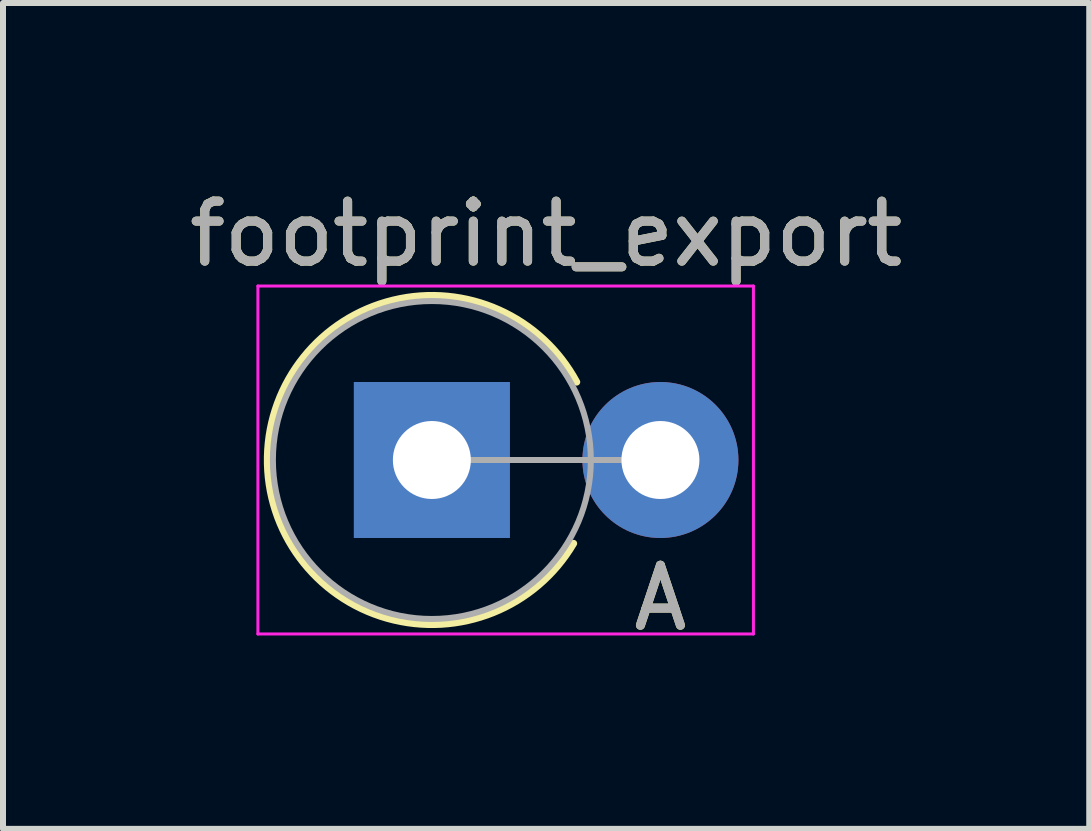
<source format=kicad_pcb>
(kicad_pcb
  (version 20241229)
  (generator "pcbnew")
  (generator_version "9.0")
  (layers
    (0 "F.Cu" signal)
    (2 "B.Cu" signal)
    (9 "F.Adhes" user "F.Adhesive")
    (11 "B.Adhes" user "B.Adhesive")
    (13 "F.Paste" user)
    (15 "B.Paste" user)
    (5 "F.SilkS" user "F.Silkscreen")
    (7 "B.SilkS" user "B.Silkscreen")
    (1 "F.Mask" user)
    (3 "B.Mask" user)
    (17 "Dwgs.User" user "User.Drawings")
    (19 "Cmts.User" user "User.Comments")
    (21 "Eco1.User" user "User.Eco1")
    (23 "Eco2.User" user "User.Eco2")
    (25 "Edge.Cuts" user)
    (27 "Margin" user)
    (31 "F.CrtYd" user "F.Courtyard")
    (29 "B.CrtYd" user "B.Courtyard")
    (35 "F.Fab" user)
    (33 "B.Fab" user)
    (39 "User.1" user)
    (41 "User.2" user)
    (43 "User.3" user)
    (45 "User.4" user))
  (footprint "footprint_export"
    (layer "F.Cu")
    (at 4.149 4.618)
    (property "Reference" "footprint_export" (at 1.905 -3.77 0) (layer "F.SilkS") (effects (font (size 1 1) (thickness 0.15))))
    (attr through_hole)
    (fp_arc (start 2.361782 1.391144) (mid -2.74054 -0.052312) (end 2.413151 -1.3) (stroke (width 0.12) (type solid)) (layer "F.SilkS"))
    (fp_line (start -2.9 -2.9) (end -2.9 2.9) (stroke (width 0.05) (type solid)) (layer "F.CrtYd"))
    (fp_line (start -2.9 2.9) (end 5.36 2.9) (stroke (width 0.05) (type solid)) (layer "F.CrtYd"))
    (fp_line (start 5.36 -2.9) (end -2.9 -2.9) (stroke (width 0.05) (type solid)) (layer "F.CrtYd"))
    (fp_line (start 5.36 2.9) (end 5.36 -2.9) (stroke (width 0.05) (type solid)) (layer "F.CrtYd"))
    (fp_line (start 0 0) (end 3.81 0) (stroke (width 0.1) (type solid)) (layer "F.Fab"))
    (fp_circle (center 0 0) (end 2.65 0) (stroke (width 0.1) (type solid)) (fill no) (layer "F.Fab"))
    (fp_text user "A" (at 3.81 2.3 0) (layer "F.SilkS") (effects (font (size 1 1) (thickness 0.15))))
    (fp_text user "${REFERENCE}" (at 1.905 -3.77 0) (layer "F.Fab") (effects (font (size 1 1) (thickness 0.15))))
    (fp_text user "A" (at 3.81 2.3 0) (layer "F.Fab") (effects (font (size 1 1) (thickness 0.15))))
    (pad "1" thru_hole rect (at 0 0) (size 2.6 2.6) (drill 1.3) (layers "*.Cu" "*.Mask"))
    (pad "2" thru_hole oval (at 3.81 0) (size 2.6 2.6) (drill 1.3) (layers "*.Cu" "*.Mask")))
  (gr_rect
    (start -3 -3)
    (end 15.107 10.767)
    (stroke (width 0.1) (type default))
    (fill no)
    (layer "Edge.Cuts")))
</source>
